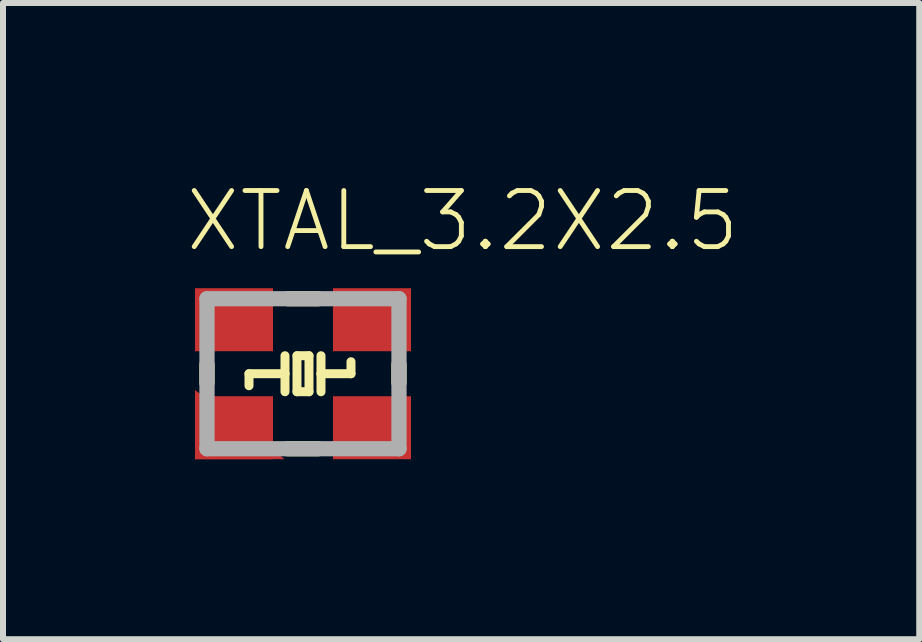
<source format=kicad_pcb>
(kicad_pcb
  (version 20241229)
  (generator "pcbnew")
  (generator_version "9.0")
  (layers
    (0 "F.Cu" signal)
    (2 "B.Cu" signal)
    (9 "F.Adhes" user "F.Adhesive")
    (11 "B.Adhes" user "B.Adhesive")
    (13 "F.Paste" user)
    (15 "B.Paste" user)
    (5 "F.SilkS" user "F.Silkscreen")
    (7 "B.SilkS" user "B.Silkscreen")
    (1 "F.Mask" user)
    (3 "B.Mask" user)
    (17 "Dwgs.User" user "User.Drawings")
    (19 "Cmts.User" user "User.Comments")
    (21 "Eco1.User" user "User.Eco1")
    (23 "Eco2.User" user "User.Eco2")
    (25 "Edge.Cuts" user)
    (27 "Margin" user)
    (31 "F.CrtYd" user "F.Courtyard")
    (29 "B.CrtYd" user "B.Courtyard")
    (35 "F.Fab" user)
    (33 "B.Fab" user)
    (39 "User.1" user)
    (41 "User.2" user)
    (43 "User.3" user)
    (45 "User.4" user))
  (footprint "XTAL_3.2X2.5"
    (layer "F.Cu")
    (at 2 3.179)
    (property "Reference" "XTAL_3.2X2.5" (at -2 -2 0) (layer "F.SilkS") (effects (font (size 0.935 0.935) (thickness 0.081)) (justify left bottom)))
    (fp_poly (pts (xy -0.307 1.425) (xy -1.8 1.425) (xy -1.8 0.271)) (stroke (width 0) (type default)) (fill yes) (layer "F.Cu"))
    (fp_line (start -1.6 -0.15) (end -1.6 0.15) (stroke (width 0.254) (type solid)) (layer "F.SilkS"))
    (fp_line (start -0.9 0) (end -0.9 0.2) (stroke (width 0.15) (type solid)) (layer "F.SilkS"))
    (fp_line (start -0.3 -0.3) (end -0.3 0) (stroke (width 0.15) (type solid)) (layer "F.SilkS"))
    (fp_line (start -0.3 0) (end -0.9 0) (stroke (width 0.15) (type solid)) (layer "F.SilkS"))
    (fp_line (start -0.3 0) (end -0.3 0.3) (stroke (width 0.15) (type solid)) (layer "F.SilkS"))
    (fp_line (start -0.25 -1.25) (end 0.25 -1.25) (stroke (width 0.254) (type solid)) (layer "F.SilkS"))
    (fp_line (start -0.25 1.25) (end 0.25 1.25) (stroke (width 0.254) (type solid)) (layer "F.SilkS"))
    (fp_line (start -0.1 -0.3) (end -0.1 0.3) (stroke (width 0.15) (type solid)) (layer "F.SilkS"))
    (fp_line (start -0.1 0.3) (end 0.1 0.3) (stroke (width 0.15) (type solid)) (layer "F.SilkS"))
    (fp_line (start 0.1 -0.3) (end -0.1 -0.3) (stroke (width 0.15) (type solid)) (layer "F.SilkS"))
    (fp_line (start 0.1 0.3) (end 0.1 -0.3) (stroke (width 0.15) (type solid)) (layer "F.SilkS"))
    (fp_line (start 0.3 -0.3) (end 0.3 0) (stroke (width 0.15) (type solid)) (layer "F.SilkS"))
    (fp_line (start 0.3 0) (end 0.3 0.3) (stroke (width 0.15) (type solid)) (layer "F.SilkS"))
    (fp_line (start 0.3 0) (end 0.8 0) (stroke (width 0.15) (type solid)) (layer "F.SilkS"))
    (fp_line (start 0.8 0) (end 0.8 -0.2) (stroke (width 0.15) (type solid)) (layer "F.SilkS"))
    (fp_line (start 1.6 -0.15) (end 1.6 0.15) (stroke (width 0.254) (type solid)) (layer "F.SilkS"))
    (fp_line (start -1.6 -1.25) (end -1.6 1.25) (stroke (width 0.254) (type solid)) (layer "F.Fab"))
    (fp_line (start -1.6 1.25) (end 1.6 1.25) (stroke (width 0.254) (type solid)) (layer "F.Fab"))
    (fp_line (start 1.6 -1.25) (end -1.6 -1.25) (stroke (width 0.254) (type solid)) (layer "F.Fab"))
    (fp_line (start 1.6 1.25) (end 1.6 -1.25) (stroke (width 0.254) (type solid)) (layer "F.Fab"))
    (pad "1" smd rect (at -1.15 0.9) (size 1.3 1.05) (layers "F.Cu" "F.Mask" "F.Paste"))
    (pad "2" smd rect (at 1.15 0.9) (size 1.3 1.05) (layers "F.Cu" "F.Mask" "F.Paste"))
    (pad "3" smd rect (at 1.15 -0.9) (size 1.3 1.05) (layers "F.Cu" "F.Mask" "F.Paste"))
    (pad "4" smd rect (at -1.15 -0.9) (size 1.3 1.05) (layers "F.Cu" "F.Mask" "F.Paste")))
  (gr_rect
    (start -3 -3)
    (end 12.271 7.604)
    (stroke (width 0.1) (type default))
    (fill no)
    (layer "Edge.Cuts")))
</source>
